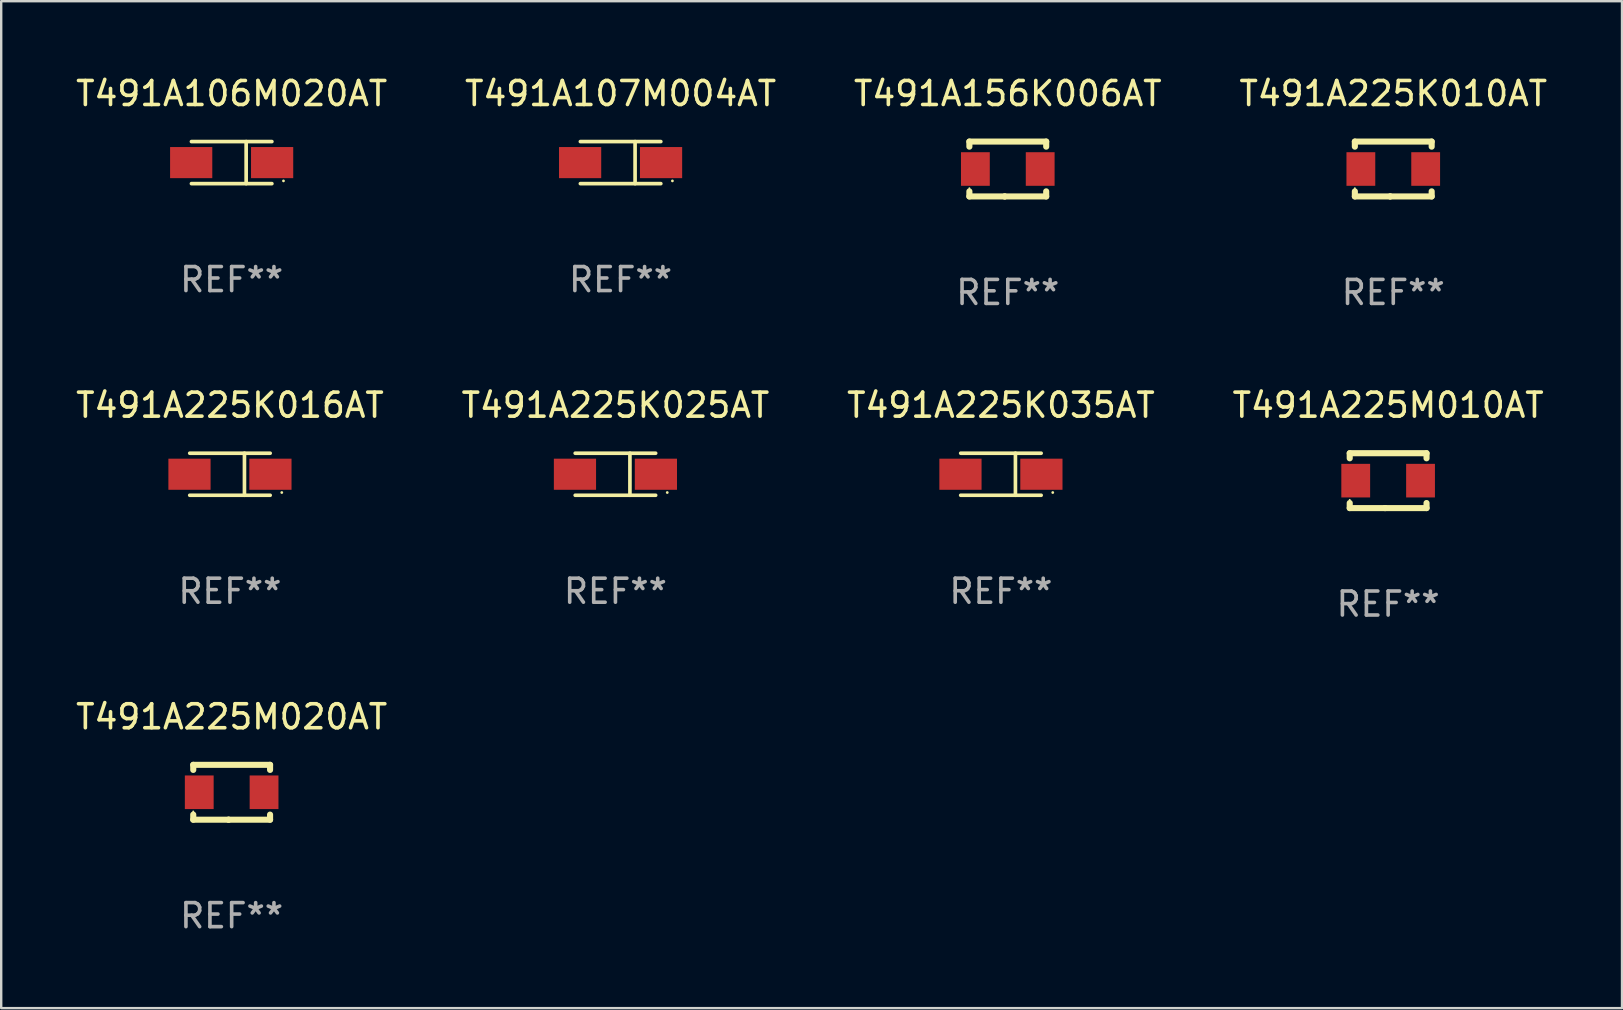
<source format=kicad_pcb>
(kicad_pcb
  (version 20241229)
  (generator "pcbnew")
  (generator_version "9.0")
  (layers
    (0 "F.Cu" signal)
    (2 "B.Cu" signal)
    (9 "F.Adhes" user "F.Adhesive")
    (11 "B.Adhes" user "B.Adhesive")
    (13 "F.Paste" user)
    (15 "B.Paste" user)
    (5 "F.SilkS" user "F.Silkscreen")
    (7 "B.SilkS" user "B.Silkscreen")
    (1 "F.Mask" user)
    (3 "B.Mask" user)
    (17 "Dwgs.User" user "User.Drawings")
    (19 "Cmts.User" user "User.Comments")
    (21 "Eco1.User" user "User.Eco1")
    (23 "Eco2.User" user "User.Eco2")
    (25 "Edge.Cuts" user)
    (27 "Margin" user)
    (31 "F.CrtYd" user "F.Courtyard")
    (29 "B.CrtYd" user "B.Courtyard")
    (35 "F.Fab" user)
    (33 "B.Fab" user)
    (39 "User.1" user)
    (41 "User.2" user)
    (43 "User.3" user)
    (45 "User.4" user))
  (footprint "T491A225M020AT"
    (layer "F.Cu")
    (at 6.601 29.956)
    (property "Reference" "T491A225M020AT" (at 0 -3.143 0) (layer "F.SilkS") (effects (font (size 1 1) (thickness 0.15))))
    (attr through_hole)
    (fp_line (start -1.6 1.143) (end -0.128 1.143) (stroke (width 0.254) (type solid)) (layer "F.SilkS"))
    (fp_line (start -1.6 -1.143) (end -1.6 -0.931) (stroke (width 0.254) (type solid)) (layer "F.SilkS"))
    (fp_line (start -1.6 -1.143) (end 1.6 -1.143) (stroke (width 0.254) (type solid)) (layer "F.SilkS"))
    (fp_line (start -1.6 0.931) (end -1.6 1.143) (stroke (width 0.254) (type solid)) (layer "F.SilkS"))
    (fp_line (start -0.128 1.143) (end -0.128 1.143) (stroke (width 0.254) (type solid)) (layer "F.SilkS"))
    (fp_line (start -0.128 1.143) (end 1.6 1.143) (stroke (width 0.254) (type solid)) (layer "F.SilkS"))
    (fp_line (start 1.6 -1.143) (end 1.6 -0.931) (stroke (width 0.254) (type solid)) (layer "F.SilkS"))
    (fp_line (start 1.6 0.931) (end 1.6 1.143) (stroke (width 0.254) (type solid)) (layer "F.SilkS"))
    (fp_circle (center -1.6 0.8) (end -1.58 0.8) (stroke (width 0.04) (type solid)) (fill no) (layer "F.SilkS"))
    (fp_text user "REF**" (at 0 5.143 0) (layer "F.Fab") (effects (font (size 1 1) (thickness 0.15))))
    (pad "1" smd rect (at -1.35 0) (size 1.2 1.4) (layers "F.Cu" "F.Mask" "F.Paste"))
    (pad "2" smd rect (at 1.35 0) (size 1.2 1.4) (layers "F.Cu" "F.Mask" "F.Paste")))
  (footprint "T491A225K035AT"
    (layer "F.Cu")
    (at 38.649 16.707)
    (property "Reference" "T491A225K035AT" (at 0 -2.876 0) (layer "F.SilkS") (effects (font (size 1 1) (thickness 0.15))))
    (attr through_hole)
    (fp_line (start -1.676 -0.876) (end 1.676 -0.876) (stroke (width 0.152) (type solid)) (layer "F.SilkS"))
    (fp_line (start -1.676 0.876) (end 1.676 0.876) (stroke (width 0.152) (type solid)) (layer "F.SilkS"))
    (fp_line (start 0.604 -0.876) (end 0.604 0.876) (stroke (width 0.152) (type solid)) (layer "F.SilkS"))
    (fp_circle (center 2.159 0.762) (end 2.189 0.762) (stroke (width 0.06) (type solid)) (fill no) (layer "F.SilkS"))
    (fp_text user "REF**" (at 0 4.876 0) (layer "F.Fab") (effects (font (size 1 1) (thickness 0.15))))
    (pad "1" smd rect (at 1.686 0) (size 1.758 1.296) (layers "F.Cu" "F.Mask" "F.Paste"))
    (pad "2" smd rect (at -1.686 0) (size 1.758 1.296) (layers "F.Cu" "F.Mask" "F.Paste")))
  (footprint "T491A156K006AT"
    (layer "F.Cu")
    (at 38.935 3.991)
    (property "Reference" "T491A156K006AT" (at 0 -3.143 0) (layer "F.SilkS") (effects (font (size 1 1) (thickness 0.15))))
    (attr through_hole)
    (fp_line (start -1.6 1.143) (end -0.128 1.143) (stroke (width 0.254) (type solid)) (layer "F.SilkS"))
    (fp_line (start -1.6 -1.143) (end -1.6 -0.931) (stroke (width 0.254) (type solid)) (layer "F.SilkS"))
    (fp_line (start -1.6 -1.143) (end 1.6 -1.143) (stroke (width 0.254) (type solid)) (layer "F.SilkS"))
    (fp_line (start -1.6 0.931) (end -1.6 1.143) (stroke (width 0.254) (type solid)) (layer "F.SilkS"))
    (fp_line (start -0.128 1.143) (end -0.128 1.143) (stroke (width 0.254) (type solid)) (layer "F.SilkS"))
    (fp_line (start -0.128 1.143) (end 1.6 1.143) (stroke (width 0.254) (type solid)) (layer "F.SilkS"))
    (fp_line (start 1.6 -1.143) (end 1.6 -0.931) (stroke (width 0.254) (type solid)) (layer "F.SilkS"))
    (fp_line (start 1.6 0.931) (end 1.6 1.143) (stroke (width 0.254) (type solid)) (layer "F.SilkS"))
    (fp_circle (center -1.6 0.8) (end -1.58 0.8) (stroke (width 0.04) (type solid)) (fill no) (layer "F.SilkS"))
    (fp_text user "REF**" (at 0 5.143 0) (layer "F.Fab") (effects (font (size 1 1) (thickness 0.15))))
    (pad "1" smd rect (at -1.35 0) (size 1.2 1.4) (layers "F.Cu" "F.Mask" "F.Paste"))
    (pad "2" smd rect (at 1.35 0) (size 1.2 1.4) (layers "F.Cu" "F.Mask" "F.Paste")))
  (footprint "T491A225K010AT"
    (layer "F.Cu")
    (at 54.994 3.991)
    (property "Reference" "T491A225K010AT" (at 0 -3.143 0) (layer "F.SilkS") (effects (font (size 1 1) (thickness 0.15))))
    (attr through_hole)
    (fp_line (start -1.6 1.143) (end -0.128 1.143) (stroke (width 0.254) (type solid)) (layer "F.SilkS"))
    (fp_line (start -1.6 -1.143) (end -1.6 -0.931) (stroke (width 0.254) (type solid)) (layer "F.SilkS"))
    (fp_line (start -1.6 -1.143) (end 1.6 -1.143) (stroke (width 0.254) (type solid)) (layer "F.SilkS"))
    (fp_line (start -1.6 0.931) (end -1.6 1.143) (stroke (width 0.254) (type solid)) (layer "F.SilkS"))
    (fp_line (start -0.128 1.143) (end -0.128 1.143) (stroke (width 0.254) (type solid)) (layer "F.SilkS"))
    (fp_line (start -0.128 1.143) (end 1.6 1.143) (stroke (width 0.254) (type solid)) (layer "F.SilkS"))
    (fp_line (start 1.6 -1.143) (end 1.6 -0.931) (stroke (width 0.254) (type solid)) (layer "F.SilkS"))
    (fp_line (start 1.6 0.931) (end 1.6 1.143) (stroke (width 0.254) (type solid)) (layer "F.SilkS"))
    (fp_circle (center -1.6 0.8) (end -1.58 0.8) (stroke (width 0.04) (type solid)) (fill no) (layer "F.SilkS"))
    (fp_text user "REF**" (at 0 5.143 0) (layer "F.Fab") (effects (font (size 1 1) (thickness 0.15))))
    (pad "1" smd rect (at -1.35 0) (size 1.2 1.4) (layers "F.Cu" "F.Mask" "F.Paste"))
    (pad "2" smd rect (at 1.35 0) (size 1.2 1.4) (layers "F.Cu" "F.Mask" "F.Paste")))
  (footprint "T491A107M004AT"
    (layer "F.Cu")
    (at 22.804 3.724)
    (property "Reference" "T491A107M004AT" (at 0 -2.876 0) (layer "F.SilkS") (effects (font (size 1 1) (thickness 0.15))))
    (attr through_hole)
    (fp_line (start -1.676 -0.876) (end 1.676 -0.876) (stroke (width 0.152) (type solid)) (layer "F.SilkS"))
    (fp_line (start -1.676 0.876) (end 1.676 0.876) (stroke (width 0.152) (type solid)) (layer "F.SilkS"))
    (fp_line (start 0.604 -0.876) (end 0.604 0.876) (stroke (width 0.152) (type solid)) (layer "F.SilkS"))
    (fp_circle (center 2.159 0.762) (end 2.189 0.762) (stroke (width 0.06) (type solid)) (fill no) (layer "F.SilkS"))
    (fp_text user "REF**" (at 0 4.876 0) (layer "F.Fab") (effects (font (size 1 1) (thickness 0.15))))
    (pad "1" smd rect (at 1.686 0) (size 1.758 1.296) (layers "F.Cu" "F.Mask" "F.Paste"))
    (pad "2" smd rect (at -1.686 0) (size 1.758 1.296) (layers "F.Cu" "F.Mask" "F.Paste")))
  (footprint "T491A225K016AT"
    (layer "F.Cu")
    (at 6.53 16.707)
    (property "Reference" "T491A225K016AT" (at 0 -2.876 0) (layer "F.SilkS") (effects (font (size 1 1) (thickness 0.15))))
    (attr through_hole)
    (fp_line (start -1.676 -0.876) (end 1.676 -0.876) (stroke (width 0.152) (type solid)) (layer "F.SilkS"))
    (fp_line (start -1.676 0.876) (end 1.676 0.876) (stroke (width 0.152) (type solid)) (layer "F.SilkS"))
    (fp_line (start 0.604 -0.876) (end 0.604 0.876) (stroke (width 0.152) (type solid)) (layer "F.SilkS"))
    (fp_circle (center 2.159 0.762) (end 2.189 0.762) (stroke (width 0.06) (type solid)) (fill no) (layer "F.SilkS"))
    (fp_text user "REF**" (at 0 4.876 0) (layer "F.Fab") (effects (font (size 1 1) (thickness 0.15))))
    (pad "1" smd rect (at 1.686 0) (size 1.758 1.296) (layers "F.Cu" "F.Mask" "F.Paste"))
    (pad "2" smd rect (at -1.686 0) (size 1.758 1.296) (layers "F.Cu" "F.Mask" "F.Paste")))
  (footprint "T491A225M010AT"
    (layer "F.Cu")
    (at 54.78 16.974)
    (property "Reference" "T491A225M010AT" (at 0 -3.143 0) (layer "F.SilkS") (effects (font (size 1 1) (thickness 0.15))))
    (attr through_hole)
    (fp_line (start -1.6 1.143) (end -0.128 1.143) (stroke (width 0.254) (type solid)) (layer "F.SilkS"))
    (fp_line (start -1.6 -1.143) (end -1.6 -0.931) (stroke (width 0.254) (type solid)) (layer "F.SilkS"))
    (fp_line (start -1.6 -1.143) (end 1.6 -1.143) (stroke (width 0.254) (type solid)) (layer "F.SilkS"))
    (fp_line (start -1.6 0.931) (end -1.6 1.143) (stroke (width 0.254) (type solid)) (layer "F.SilkS"))
    (fp_line (start -0.128 1.143) (end -0.128 1.143) (stroke (width 0.254) (type solid)) (layer "F.SilkS"))
    (fp_line (start -0.128 1.143) (end 1.6 1.143) (stroke (width 0.254) (type solid)) (layer "F.SilkS"))
    (fp_line (start 1.6 -1.143) (end 1.6 -0.931) (stroke (width 0.254) (type solid)) (layer "F.SilkS"))
    (fp_line (start 1.6 0.931) (end 1.6 1.143) (stroke (width 0.254) (type solid)) (layer "F.SilkS"))
    (fp_circle (center -1.6 0.8) (end -1.58 0.8) (stroke (width 0.04) (type solid)) (fill no) (layer "F.SilkS"))
    (fp_text user "REF**" (at 0 5.143 0) (layer "F.Fab") (effects (font (size 1 1) (thickness 0.15))))
    (pad "1" smd rect (at -1.35 0) (size 1.2 1.4) (layers "F.Cu" "F.Mask" "F.Paste"))
    (pad "2" smd rect (at 1.35 0) (size 1.2 1.4) (layers "F.Cu" "F.Mask" "F.Paste")))
  (footprint "T491A225K025AT"
    (layer "F.Cu")
    (at 22.589 16.707)
    (property "Reference" "T491A225K025AT" (at 0 -2.876 0) (layer "F.SilkS") (effects (font (size 1 1) (thickness 0.15))))
    (attr through_hole)
    (fp_line (start -1.676 -0.876) (end 1.676 -0.876) (stroke (width 0.152) (type solid)) (layer "F.SilkS"))
    (fp_line (start -1.676 0.876) (end 1.676 0.876) (stroke (width 0.152) (type solid)) (layer "F.SilkS"))
    (fp_line (start 0.604 -0.876) (end 0.604 0.876) (stroke (width 0.152) (type solid)) (layer "F.SilkS"))
    (fp_circle (center 2.159 0.762) (end 2.189 0.762) (stroke (width 0.06) (type solid)) (fill no) (layer "F.SilkS"))
    (fp_text user "REF**" (at 0 4.876 0) (layer "F.Fab") (effects (font (size 1 1) (thickness 0.15))))
    (pad "1" smd rect (at 1.686 0) (size 1.758 1.296) (layers "F.Cu" "F.Mask" "F.Paste"))
    (pad "2" smd rect (at -1.686 0) (size 1.758 1.296) (layers "F.Cu" "F.Mask" "F.Paste")))
  (footprint "T491A106M020AT"
    (layer "F.Cu")
    (at 6.601 3.724)
    (property "Reference" "T491A106M020AT" (at 0 -2.876 0) (layer "F.SilkS") (effects (font (size 1 1) (thickness 0.15))))
    (attr through_hole)
    (fp_line (start -1.676 -0.876) (end 1.676 -0.876) (stroke (width 0.152) (type solid)) (layer "F.SilkS"))
    (fp_line (start -1.676 0.876) (end 1.676 0.876) (stroke (width 0.152) (type solid)) (layer "F.SilkS"))
    (fp_line (start 0.604 -0.876) (end 0.604 0.876) (stroke (width 0.152) (type solid)) (layer "F.SilkS"))
    (fp_circle (center 2.159 0.762) (end 2.189 0.762) (stroke (width 0.06) (type solid)) (fill no) (layer "F.SilkS"))
    (fp_text user "REF**" (at 0 4.876 0) (layer "F.Fab") (effects (font (size 1 1) (thickness 0.15))))
    (pad "1" smd rect (at 1.686 0) (size 1.758 1.296) (layers "F.Cu" "F.Mask" "F.Paste"))
    (pad "2" smd rect (at -1.686 0) (size 1.758 1.296) (layers "F.Cu" "F.Mask" "F.Paste")))
  (gr_rect
    (start -3 -3)
    (end 64.524 38.948)
    (stroke (width 0.1) (type default))
    (fill no)
    (layer "Edge.Cuts")))
</source>
